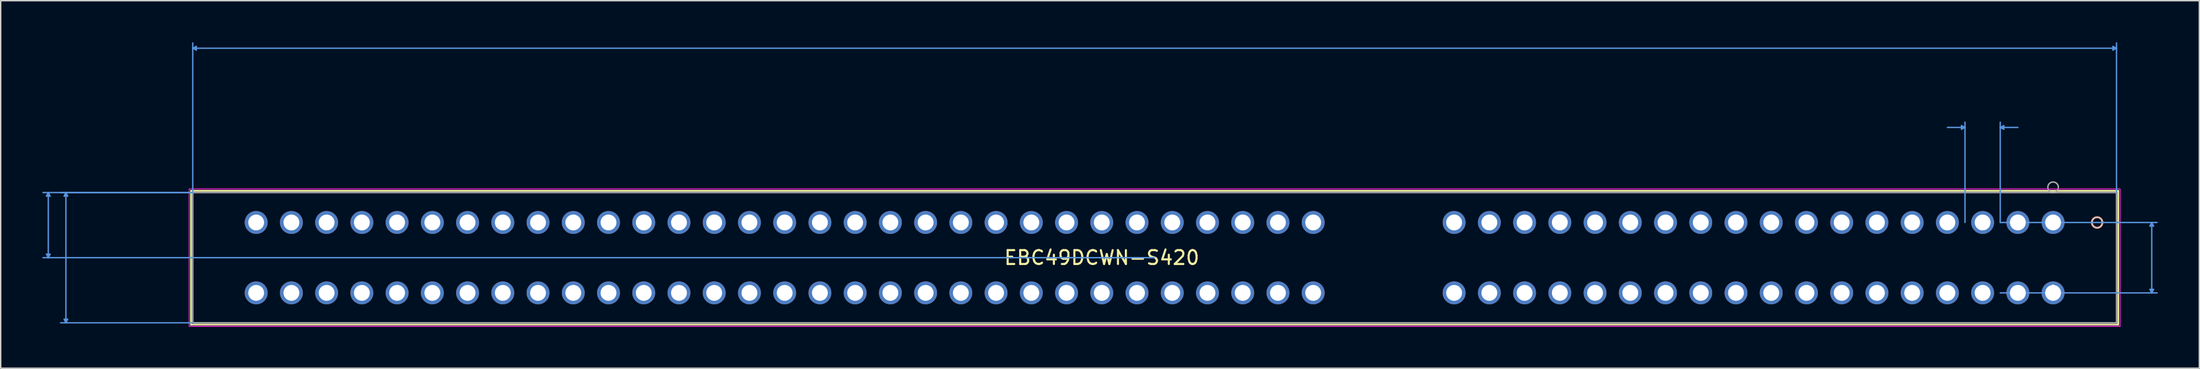
<source format=kicad_pcb>
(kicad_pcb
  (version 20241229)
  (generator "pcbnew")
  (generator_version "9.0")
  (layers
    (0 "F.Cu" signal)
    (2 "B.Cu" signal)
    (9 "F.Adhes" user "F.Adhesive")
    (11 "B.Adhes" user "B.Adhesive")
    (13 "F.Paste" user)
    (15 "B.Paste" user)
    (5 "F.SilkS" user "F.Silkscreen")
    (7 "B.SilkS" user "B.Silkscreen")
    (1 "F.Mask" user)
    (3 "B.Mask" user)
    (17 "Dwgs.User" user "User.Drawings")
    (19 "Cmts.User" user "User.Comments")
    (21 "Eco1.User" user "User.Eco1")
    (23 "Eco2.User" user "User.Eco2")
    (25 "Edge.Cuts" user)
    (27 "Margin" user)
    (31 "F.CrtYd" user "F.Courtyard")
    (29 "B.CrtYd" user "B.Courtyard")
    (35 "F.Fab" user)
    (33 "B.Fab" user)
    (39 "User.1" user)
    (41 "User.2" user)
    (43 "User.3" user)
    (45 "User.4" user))
  (footprint "EBC49DCWN-S420"
    (layer "F.Cu")
    (at 144.957 13.004)
    (property "Reference" "EBC49DCWN-S420" (at -68.58 2.54 0) (layer "F.SilkS") (effects (font (size 1 1) (thickness 0.15))))
    (attr through_hole)
    (fp_line (start -134.239 -2.286) (end -134.239 7.366) (stroke (width 0.12) (type solid)) (layer "F.SilkS"))
    (fp_line (start -134.239 7.366) (end 4.699 7.366) (stroke (width 0.12) (type solid)) (layer "F.SilkS"))
    (fp_line (start 4.699 -2.286) (end -134.239 -2.286) (stroke (width 0.12) (type solid)) (layer "F.SilkS"))
    (fp_line (start 4.699 7.366) (end 4.699 -2.286) (stroke (width 0.12) (type solid)) (layer "F.SilkS"))
    (fp_circle (center 3.175 0) (end 3.556 0) (stroke (width 0.12) (type solid)) (fill no) (layer "F.SilkS"))
    (fp_circle (center 3.175 0) (end 3.556 0) (stroke (width 0.12) (type solid)) (fill no) (layer "B.SilkS"))
    (fp_line (start -144.653 -1.905) (end -144.399 -1.905) (stroke (width 0.1) (type solid)) (layer "Cmts.User"))
    (fp_line (start -144.653 2.286) (end -144.399 2.286) (stroke (width 0.1) (type solid)) (layer "Cmts.User"))
    (fp_line (start -144.526 -2.159) (end -144.653 -1.905) (stroke (width 0.1) (type solid)) (layer "Cmts.User"))
    (fp_line (start -144.526 -2.159) (end -144.526 2.54) (stroke (width 0.1) (type solid)) (layer "Cmts.User"))
    (fp_line (start -144.526 -2.159) (end -144.399 -1.905) (stroke (width 0.1) (type solid)) (layer "Cmts.User"))
    (fp_line (start -144.526 2.54) (end -144.653 2.286) (stroke (width 0.1) (type solid)) (layer "Cmts.User"))
    (fp_line (start -144.526 2.54) (end -144.399 2.286) (stroke (width 0.1) (type solid)) (layer "Cmts.User"))
    (fp_line (start -143.383 -1.905) (end -143.129 -1.905) (stroke (width 0.1) (type solid)) (layer "Cmts.User"))
    (fp_line (start -143.383 6.985) (end -143.129 6.985) (stroke (width 0.1) (type solid)) (layer "Cmts.User"))
    (fp_line (start -143.256 -2.159) (end -143.383 -1.905) (stroke (width 0.1) (type solid)) (layer "Cmts.User"))
    (fp_line (start -143.256 -2.159) (end -143.256 7.239) (stroke (width 0.1) (type solid)) (layer "Cmts.User"))
    (fp_line (start -143.256 -2.159) (end -143.129 -1.905) (stroke (width 0.1) (type solid)) (layer "Cmts.User"))
    (fp_line (start -143.256 7.239) (end -143.383 6.985) (stroke (width 0.1) (type solid)) (layer "Cmts.User"))
    (fp_line (start -143.256 7.239) (end -143.129 6.985) (stroke (width 0.1) (type solid)) (layer "Cmts.User"))
    (fp_line (start -134.112 -12.573) (end -133.858 -12.7) (stroke (width 0.1) (type solid)) (layer "Cmts.User"))
    (fp_line (start -134.112 -12.573) (end -133.858 -12.446) (stroke (width 0.1) (type solid)) (layer "Cmts.User"))
    (fp_line (start -134.112 -12.573) (end 4.572 -12.573) (stroke (width 0.1) (type solid)) (layer "Cmts.User"))
    (fp_line (start -134.112 -2.159) (end -144.907 -2.159) (stroke (width 0.1) (type solid)) (layer "Cmts.User"))
    (fp_line (start -134.112 -2.159) (end -143.637 -2.159) (stroke (width 0.1) (type solid)) (layer "Cmts.User"))
    (fp_line (start -134.112 -2.159) (end -134.112 -12.954) (stroke (width 0.1) (type solid)) (layer "Cmts.User"))
    (fp_line (start -134.112 7.239) (end -143.637 7.239) (stroke (width 0.1) (type solid)) (layer "Cmts.User"))
    (fp_line (start -133.858 -12.7) (end -133.858 -12.446) (stroke (width 0.1) (type solid)) (layer "Cmts.User"))
    (fp_line (start -64.77 2.54) (end -144.907 2.54) (stroke (width 0.1) (type solid)) (layer "Cmts.User"))
    (fp_line (start -6.604 -6.985) (end -6.604 -6.731) (stroke (width 0.1) (type solid)) (layer "Cmts.User"))
    (fp_line (start -6.35 -6.858) (end -7.62 -6.858) (stroke (width 0.1) (type solid)) (layer "Cmts.User"))
    (fp_line (start -6.35 -6.858) (end -6.604 -6.985) (stroke (width 0.1) (type solid)) (layer "Cmts.User"))
    (fp_line (start -6.35 -6.858) (end -6.604 -6.731) (stroke (width 0.1) (type solid)) (layer "Cmts.User"))
    (fp_line (start -6.35 0) (end -6.35 -7.239) (stroke (width 0.1) (type solid)) (layer "Cmts.User"))
    (fp_line (start -3.81 -6.858) (end -3.556 -6.985) (stroke (width 0.1) (type solid)) (layer "Cmts.User"))
    (fp_line (start -3.81 -6.858) (end -3.556 -6.731) (stroke (width 0.1) (type solid)) (layer "Cmts.User"))
    (fp_line (start -3.81 -6.858) (end -2.54 -6.858) (stroke (width 0.1) (type solid)) (layer "Cmts.User"))
    (fp_line (start -3.81 0) (end -3.81 -7.239) (stroke (width 0.1) (type solid)) (layer "Cmts.User"))
    (fp_line (start -3.81 0) (end 7.493 0) (stroke (width 0.1) (type solid)) (layer "Cmts.User"))
    (fp_line (start -3.81 5.08) (end 7.493 5.08) (stroke (width 0.1) (type solid)) (layer "Cmts.User"))
    (fp_line (start -3.556 -6.985) (end -3.556 -6.731) (stroke (width 0.1) (type solid)) (layer "Cmts.User"))
    (fp_line (start 4.318 -12.7) (end 4.318 -12.446) (stroke (width 0.1) (type solid)) (layer "Cmts.User"))
    (fp_line (start 4.572 -12.573) (end 4.318 -12.7) (stroke (width 0.1) (type solid)) (layer "Cmts.User"))
    (fp_line (start 4.572 -12.573) (end 4.318 -12.446) (stroke (width 0.1) (type solid)) (layer "Cmts.User"))
    (fp_line (start 4.572 -2.159) (end 4.572 -12.954) (stroke (width 0.1) (type solid)) (layer "Cmts.User"))
    (fp_line (start 6.985 0.254) (end 7.239 0.254) (stroke (width 0.1) (type solid)) (layer "Cmts.User"))
    (fp_line (start 6.985 4.826) (end 7.239 4.826) (stroke (width 0.1) (type solid)) (layer "Cmts.User"))
    (fp_line (start 7.112 0) (end 6.985 0.254) (stroke (width 0.1) (type solid)) (layer "Cmts.User"))
    (fp_line (start 7.112 0) (end 7.112 5.08) (stroke (width 0.1) (type solid)) (layer "Cmts.User"))
    (fp_line (start 7.112 0) (end 7.239 0.254) (stroke (width 0.1) (type solid)) (layer "Cmts.User"))
    (fp_line (start 7.112 5.08) (end 6.985 4.826) (stroke (width 0.1) (type solid)) (layer "Cmts.User"))
    (fp_line (start 7.112 5.08) (end 7.239 4.826) (stroke (width 0.1) (type solid)) (layer "Cmts.User"))
    (fp_line (start -134.366 -2.413) (end -134.366 7.493) (stroke (width 0.05) (type solid)) (layer "F.CrtYd"))
    (fp_line (start -134.366 -2.413) (end -134.366 7.493) (stroke (width 0.05) (type solid)) (layer "F.CrtYd"))
    (fp_line (start -134.366 7.493) (end 4.826 7.493) (stroke (width 0.05) (type solid)) (layer "F.CrtYd"))
    (fp_line (start -134.366 7.493) (end 4.826 7.493) (stroke (width 0.05) (type solid)) (layer "F.CrtYd"))
    (fp_line (start 4.826 -2.413) (end -134.366 -2.413) (stroke (width 0.05) (type solid)) (layer "F.CrtYd"))
    (fp_line (start 4.826 -2.413) (end -134.366 -2.413) (stroke (width 0.05) (type solid)) (layer "F.CrtYd"))
    (fp_line (start 4.826 7.493) (end 4.826 -2.413) (stroke (width 0.05) (type solid)) (layer "F.CrtYd"))
    (fp_line (start 4.826 7.493) (end 4.826 -2.413) (stroke (width 0.05) (type solid)) (layer "F.CrtYd"))
    (fp_line (start -134.112 -2.159) (end -134.112 7.239) (stroke (width 0.1) (type solid)) (layer "F.Fab"))
    (fp_line (start -134.112 7.239) (end 4.572 7.239) (stroke (width 0.1) (type solid)) (layer "F.Fab"))
    (fp_line (start 4.572 -2.159) (end -134.112 -2.159) (stroke (width 0.1) (type solid)) (layer "F.Fab"))
    (fp_line (start 4.572 7.239) (end 4.572 -2.159) (stroke (width 0.1) (type solid)) (layer "F.Fab"))
    (fp_circle (center 0 -2.54) (end 0.381 -2.54) (stroke (width 0.1) (type solid)) (fill no) (layer "F.Fab"))
    (fp_text user "*" (at 0 5.08 0) (layer "F.SilkS") (effects (font (size 1 1) (thickness 0.15))))
    (fp_text user "Copyright 2021 Accelerated Designs. All rights reserved." (at 0 0 0) (layer "Cmts.User") (effects (font (size 0.127 0.127) (thickness 0.002))))
    (fp_text user "*" (at 0 5.08 0) (layer "F.Fab") (effects (font (size 1 1) (thickness 0.15))))
    (pad "1" thru_hole circle (at 0 5.08) (size 1.651 1.651) (drill 1.143) (layers "*.Cu" "*.Mask"))
    (pad "2" thru_hole circle (at -2.54 5.08) (size 1.651 1.651) (drill 1.143) (layers "*.Cu" "*.Mask"))
    (pad "3" thru_hole circle (at -5.08 5.08) (size 1.651 1.651) (drill 1.143) (layers "*.Cu" "*.Mask"))
    (pad "4" thru_hole circle (at -7.62 5.08) (size 1.651 1.651) (drill 1.143) (layers "*.Cu" "*.Mask"))
    (pad "5" thru_hole circle (at -10.16 5.08) (size 1.651 1.651) (drill 1.143) (layers "*.Cu" "*.Mask"))
    (pad "6" thru_hole circle (at -12.7 5.08) (size 1.651 1.651) (drill 1.143) (layers "*.Cu" "*.Mask"))
    (pad "7" thru_hole circle (at -15.24 5.08) (size 1.651 1.651) (drill 1.143) (layers "*.Cu" "*.Mask"))
    (pad "8" thru_hole circle (at -17.78 5.08) (size 1.651 1.651) (drill 1.143) (layers "*.Cu" "*.Mask"))
    (pad "9" thru_hole circle (at -20.32 5.08) (size 1.651 1.651) (drill 1.143) (layers "*.Cu" "*.Mask"))
    (pad "10" thru_hole circle (at -22.86 5.08) (size 1.651 1.651) (drill 1.143) (layers "*.Cu" "*.Mask"))
    (pad "11" thru_hole circle (at -25.4 5.08) (size 1.651 1.651) (drill 1.143) (layers "*.Cu" "*.Mask"))
    (pad "12" thru_hole circle (at -27.94 5.08) (size 1.651 1.651) (drill 1.143) (layers "*.Cu" "*.Mask"))
    (pad "13" thru_hole circle (at -30.48 5.08) (size 1.651 1.651) (drill 1.143) (layers "*.Cu" "*.Mask"))
    (pad "14" thru_hole circle (at -33.02 5.08) (size 1.651 1.651) (drill 1.143) (layers "*.Cu" "*.Mask"))
    (pad "15" thru_hole circle (at -35.56 5.08) (size 1.651 1.651) (drill 1.143) (layers "*.Cu" "*.Mask"))
    (pad "16" thru_hole circle (at -38.1 5.08) (size 1.651 1.651) (drill 1.143) (layers "*.Cu" "*.Mask"))
    (pad "17" thru_hole circle (at -40.64 5.08) (size 1.651 1.651) (drill 1.143) (layers "*.Cu" "*.Mask"))
    (pad "18" thru_hole circle (at -43.18 5.08) (size 1.651 1.651) (drill 1.143) (layers "*.Cu" "*.Mask"))
    (pad "19" thru_hole circle (at -53.34 5.08) (size 1.651 1.651) (drill 1.143) (layers "*.Cu" "*.Mask"))
    (pad "20" thru_hole circle (at -55.88 5.08) (size 1.651 1.651) (drill 1.143) (layers "*.Cu" "*.Mask"))
    (pad "21" thru_hole circle (at -58.42 5.08) (size 1.651 1.651) (drill 1.143) (layers "*.Cu" "*.Mask"))
    (pad "22" thru_hole circle (at -60.96 5.08) (size 1.651 1.651) (drill 1.143) (layers "*.Cu" "*.Mask"))
    (pad "23" thru_hole circle (at -63.5 5.08) (size 1.651 1.651) (drill 1.143) (layers "*.Cu" "*.Mask"))
    (pad "24" thru_hole circle (at -66.04 5.08) (size 1.651 1.651) (drill 1.143) (layers "*.Cu" "*.Mask"))
    (pad "25" thru_hole circle (at -68.58 5.08) (size 1.651 1.651) (drill 1.143) (layers "*.Cu" "*.Mask"))
    (pad "26" thru_hole circle (at -71.12 5.08) (size 1.651 1.651) (drill 1.143) (layers "*.Cu" "*.Mask"))
    (pad "27" thru_hole circle (at -73.66 5.08) (size 1.651 1.651) (drill 1.143) (layers "*.Cu" "*.Mask"))
    (pad "28" thru_hole circle (at -76.2 5.08) (size 1.651 1.651) (drill 1.143) (layers "*.Cu" "*.Mask"))
    (pad "29" thru_hole circle (at -78.74 5.08) (size 1.651 1.651) (drill 1.143) (layers "*.Cu" "*.Mask"))
    (pad "30" thru_hole circle (at -81.28 5.08) (size 1.651 1.651) (drill 1.143) (layers "*.Cu" "*.Mask"))
    (pad "31" thru_hole circle (at -83.82 5.08) (size 1.651 1.651) (drill 1.143) (layers "*.Cu" "*.Mask"))
    (pad "32" thru_hole circle (at -86.36 5.08) (size 1.651 1.651) (drill 1.143) (layers "*.Cu" "*.Mask"))
    (pad "33" thru_hole circle (at -88.9 5.08) (size 1.651 1.651) (drill 1.143) (layers "*.Cu" "*.Mask"))
    (pad "34" thru_hole circle (at -91.44 5.08) (size 1.651 1.651) (drill 1.143) (layers "*.Cu" "*.Mask"))
    (pad "35" thru_hole circle (at -93.98 5.08) (size 1.651 1.651) (drill 1.143) (layers "*.Cu" "*.Mask"))
    (pad "36" thru_hole circle (at -96.52 5.08) (size 1.651 1.651) (drill 1.143) (layers "*.Cu" "*.Mask"))
    (pad "37" thru_hole circle (at -99.06 5.08) (size 1.651 1.651) (drill 1.143) (layers "*.Cu" "*.Mask"))
    (pad "38" thru_hole circle (at -101.6 5.08) (size 1.651 1.651) (drill 1.143) (layers "*.Cu" "*.Mask"))
    (pad "39" thru_hole circle (at -104.14 5.08) (size 1.651 1.651) (drill 1.143) (layers "*.Cu" "*.Mask"))
    (pad "40" thru_hole circle (at -106.68 5.08) (size 1.651 1.651) (drill 1.143) (layers "*.Cu" "*.Mask"))
    (pad "41" thru_hole circle (at -109.22 5.08) (size 1.651 1.651) (drill 1.143) (layers "*.Cu" "*.Mask"))
    (pad "42" thru_hole circle (at -111.76 5.08) (size 1.651 1.651) (drill 1.143) (layers "*.Cu" "*.Mask"))
    (pad "43" thru_hole circle (at -114.3 5.08) (size 1.651 1.651) (drill 1.143) (layers "*.Cu" "*.Mask"))
    (pad "44" thru_hole circle (at -116.84 5.08) (size 1.651 1.651) (drill 1.143) (layers "*.Cu" "*.Mask"))
    (pad "45" thru_hole circle (at -119.38 5.08) (size 1.651 1.651) (drill 1.143) (layers "*.Cu" "*.Mask"))
    (pad "46" thru_hole circle (at -121.92 5.08) (size 1.651 1.651) (drill 1.143) (layers "*.Cu" "*.Mask"))
    (pad "47" thru_hole circle (at -124.46 5.08) (size 1.651 1.651) (drill 1.143) (layers "*.Cu" "*.Mask"))
    (pad "48" thru_hole circle (at -127 5.08) (size 1.651 1.651) (drill 1.143) (layers "*.Cu" "*.Mask"))
    (pad "49" thru_hole circle (at -129.54 5.08) (size 1.651 1.651) (drill 1.143) (layers "*.Cu" "*.Mask"))
    (pad "50" thru_hole circle (at 0 0) (size 1.651 1.651) (drill 1.143) (layers "*.Cu" "*.Mask"))
    (pad "51" thru_hole circle (at -2.54 0) (size 1.651 1.651) (drill 1.143) (layers "*.Cu" "*.Mask"))
    (pad "52" thru_hole circle (at -5.08 0) (size 1.651 1.651) (drill 1.143) (layers "*.Cu" "*.Mask"))
    (pad "53" thru_hole circle (at -7.62 0) (size 1.651 1.651) (drill 1.143) (layers "*.Cu" "*.Mask"))
    (pad "54" thru_hole circle (at -10.16 0) (size 1.651 1.651) (drill 1.143) (layers "*.Cu" "*.Mask"))
    (pad "55" thru_hole circle (at -12.7 0) (size 1.651 1.651) (drill 1.143) (layers "*.Cu" "*.Mask"))
    (pad "56" thru_hole circle (at -15.24 0) (size 1.651 1.651) (drill 1.143) (layers "*.Cu" "*.Mask"))
    (pad "57" thru_hole circle (at -17.78 0) (size 1.651 1.651) (drill 1.143) (layers "*.Cu" "*.Mask"))
    (pad "58" thru_hole circle (at -20.32 0) (size 1.651 1.651) (drill 1.143) (layers "*.Cu" "*.Mask"))
    (pad "59" thru_hole circle (at -22.86 0) (size 1.651 1.651) (drill 1.143) (layers "*.Cu" "*.Mask"))
    (pad "60" thru_hole circle (at -25.4 0) (size 1.651 1.651) (drill 1.143) (layers "*.Cu" "*.Mask"))
    (pad "61" thru_hole circle (at -27.94 0) (size 1.651 1.651) (drill 1.143) (layers "*.Cu" "*.Mask"))
    (pad "62" thru_hole circle (at -30.48 0) (size 1.651 1.651) (drill 1.143) (layers "*.Cu" "*.Mask"))
    (pad "63" thru_hole circle (at -33.02 0) (size 1.651 1.651) (drill 1.143) (layers "*.Cu" "*.Mask"))
    (pad "64" thru_hole circle (at -35.56 0) (size 1.651 1.651) (drill 1.143) (layers "*.Cu" "*.Mask"))
    (pad "65" thru_hole circle (at -38.1 0) (size 1.651 1.651) (drill 1.143) (layers "*.Cu" "*.Mask"))
    (pad "66" thru_hole circle (at -40.64 0) (size 1.651 1.651) (drill 1.143) (layers "*.Cu" "*.Mask"))
    (pad "67" thru_hole circle (at -43.18 0) (size 1.651 1.651) (drill 1.143) (layers "*.Cu" "*.Mask"))
    (pad "68" thru_hole circle (at -53.34 0) (size 1.651 1.651) (drill 1.143) (layers "*.Cu" "*.Mask"))
    (pad "69" thru_hole circle (at -55.88 0) (size 1.651 1.651) (drill 1.143) (layers "*.Cu" "*.Mask"))
    (pad "70" thru_hole circle (at -58.42 0) (size 1.651 1.651) (drill 1.143) (layers "*.Cu" "*.Mask"))
    (pad "71" thru_hole circle (at -60.96 0) (size 1.651 1.651) (drill 1.143) (layers "*.Cu" "*.Mask"))
    (pad "72" thru_hole circle (at -63.5 0) (size 1.651 1.651) (drill 1.143) (layers "*.Cu" "*.Mask"))
    (pad "73" thru_hole circle (at -66.04 0) (size 1.651 1.651) (drill 1.143) (layers "*.Cu" "*.Mask"))
    (pad "74" thru_hole circle (at -68.58 0) (size 1.651 1.651) (drill 1.143) (layers "*.Cu" "*.Mask"))
    (pad "75" thru_hole circle (at -71.12 0) (size 1.651 1.651) (drill 1.143) (layers "*.Cu" "*.Mask"))
    (pad "76" thru_hole circle (at -73.66 0) (size 1.651 1.651) (drill 1.143) (layers "*.Cu" "*.Mask"))
    (pad "77" thru_hole circle (at -76.2 0) (size 1.651 1.651) (drill 1.143) (layers "*.Cu" "*.Mask"))
    (pad "78" thru_hole circle (at -78.74 0) (size 1.651 1.651) (drill 1.143) (layers "*.Cu" "*.Mask"))
    (pad "79" thru_hole circle (at -81.28 0) (size 1.651 1.651) (drill 1.143) (layers "*.Cu" "*.Mask"))
    (pad "80" thru_hole circle (at -83.82 0) (size 1.651 1.651) (drill 1.143) (layers "*.Cu" "*.Mask"))
    (pad "81" thru_hole circle (at -86.36 0) (size 1.651 1.651) (drill 1.143) (layers "*.Cu" "*.Mask"))
    (pad "82" thru_hole circle (at -88.9 0) (size 1.651 1.651) (drill 1.143) (layers "*.Cu" "*.Mask"))
    (pad "83" thru_hole circle (at -91.44 0) (size 1.651 1.651) (drill 1.143) (layers "*.Cu" "*.Mask"))
    (pad "84" thru_hole circle (at -93.98 0) (size 1.651 1.651) (drill 1.143) (layers "*.Cu" "*.Mask"))
    (pad "85" thru_hole circle (at -96.52 0) (size 1.651 1.651) (drill 1.143) (layers "*.Cu" "*.Mask"))
    (pad "86" thru_hole circle (at -99.06 0) (size 1.651 1.651) (drill 1.143) (layers "*.Cu" "*.Mask"))
    (pad "87" thru_hole circle (at -101.6 0) (size 1.651 1.651) (drill 1.143) (layers "*.Cu" "*.Mask"))
    (pad "88" thru_hole circle (at -104.14 0) (size 1.651 1.651) (drill 1.143) (layers "*.Cu" "*.Mask"))
    (pad "89" thru_hole circle (at -106.68 0) (size 1.651 1.651) (drill 1.143) (layers "*.Cu" "*.Mask"))
    (pad "90" thru_hole circle (at -109.22 0) (size 1.651 1.651) (drill 1.143) (layers "*.Cu" "*.Mask"))
    (pad "91" thru_hole circle (at -111.76 0) (size 1.651 1.651) (drill 1.143) (layers "*.Cu" "*.Mask"))
    (pad "92" thru_hole circle (at -114.3 0) (size 1.651 1.651) (drill 1.143) (layers "*.Cu" "*.Mask"))
    (pad "93" thru_hole circle (at -116.84 0) (size 1.651 1.651) (drill 1.143) (layers "*.Cu" "*.Mask"))
    (pad "94" thru_hole circle (at -119.38 0) (size 1.651 1.651) (drill 1.143) (layers "*.Cu" "*.Mask"))
    (pad "95" thru_hole circle (at -121.92 0) (size 1.651 1.651) (drill 1.143) (layers "*.Cu" "*.Mask"))
    (pad "96" thru_hole circle (at -124.46 0) (size 1.651 1.651) (drill 1.143) (layers "*.Cu" "*.Mask"))
    (pad "97" thru_hole circle (at -127 0) (size 1.651 1.651) (drill 1.143) (layers "*.Cu" "*.Mask"))
    (pad "98" thru_hole circle (at -129.54 0) (size 1.651 1.651) (drill 1.143) (layers "*.Cu" "*.Mask")))
  (gr_rect
    (start -3 -3)
    (end 155.5 23.522)
    (stroke (width 0.1) (type default))
    (fill no)
    (layer "Edge.Cuts")))
</source>
